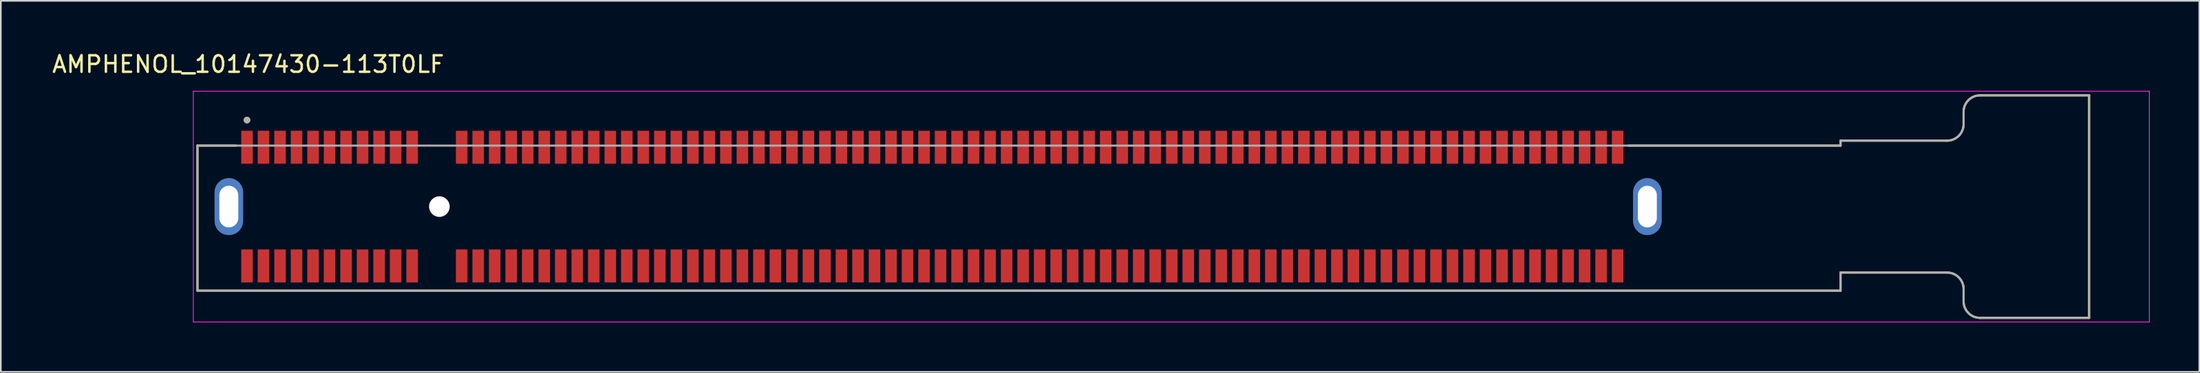
<source format=kicad_pcb>
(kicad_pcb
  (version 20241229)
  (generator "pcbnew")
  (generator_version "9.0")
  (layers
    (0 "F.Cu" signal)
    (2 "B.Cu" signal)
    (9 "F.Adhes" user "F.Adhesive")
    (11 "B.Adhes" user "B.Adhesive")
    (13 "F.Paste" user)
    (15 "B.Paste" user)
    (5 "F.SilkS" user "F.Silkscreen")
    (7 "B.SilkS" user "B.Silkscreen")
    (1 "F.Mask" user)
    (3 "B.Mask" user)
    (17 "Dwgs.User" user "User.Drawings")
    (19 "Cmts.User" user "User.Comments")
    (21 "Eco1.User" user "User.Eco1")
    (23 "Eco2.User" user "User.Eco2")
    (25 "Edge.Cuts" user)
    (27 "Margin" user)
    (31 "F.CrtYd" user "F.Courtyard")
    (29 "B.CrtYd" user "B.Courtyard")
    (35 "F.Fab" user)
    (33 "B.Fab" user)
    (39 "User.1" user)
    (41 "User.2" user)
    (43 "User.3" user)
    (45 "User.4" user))
  (footprint "AMPHENOL_10147430-113T0LF"
    (layer "F.Cu")
    (at 23.557 9.483)
    (property "Reference" "AMPHENOL_10147430-113T0LF" (at -11.575 -8.635 0) (layer "F.SilkS") (effects (font (size 1 1) (thickness 0.15))))
    (attr smd)
    (fp_line (start -14.65 -3.7) (end -14.65 5.1) (stroke (width 0.127) (type solid)) (layer "F.SilkS"))
    (fp_line (start -14.65 5.1) (end 84.85 5.1) (stroke (width 0.127) (type solid)) (layer "F.SilkS"))
    (fp_line (start -12.32 -3.7) (end -14.65 -3.7) (stroke (width 0.127) (type solid)) (layer "F.SilkS"))
    (fp_line (start 84.85 -4) (end 84.85 -3.7) (stroke (width 0.127) (type solid)) (layer "F.SilkS"))
    (fp_line (start 84.85 -3.7) (end 72.02 -3.7) (stroke (width 0.127) (type solid)) (layer "F.SilkS"))
    (fp_line (start 84.85 4) (end 91.3 4) (stroke (width 0.127) (type solid)) (layer "F.SilkS"))
    (fp_line (start 84.85 5.1) (end 84.85 4) (stroke (width 0.127) (type solid)) (layer "F.SilkS"))
    (fp_line (start 91.3 -4) (end 84.85 -4) (stroke (width 0.127) (type solid)) (layer "F.SilkS"))
    (fp_line (start 92.3 -5.75) (end 92.3 -5) (stroke (width 0.127) (type solid)) (layer "F.SilkS"))
    (fp_line (start 92.3 5.75) (end 92.3 5) (stroke (width 0.127) (type solid)) (layer "F.SilkS"))
    (fp_line (start 93.3 6.75) (end 99.9 6.75) (stroke (width 0.127) (type solid)) (layer "F.SilkS"))
    (fp_line (start 99.9 -6.75) (end 93.3 -6.75) (stroke (width 0.127) (type solid)) (layer "F.SilkS"))
    (fp_line (start 99.9 6.75) (end 99.9 -6.75) (stroke (width 0.127) (type solid)) (layer "F.SilkS"))
    (fp_arc (start 91.3 4) (mid 92.007107 4.292893) (end 92.3 5) (stroke (width 0.127) (type solid)) (layer "F.SilkS"))
    (fp_arc (start 92.3 -5.75) (mid 92.592893 -6.457107) (end 93.3 -6.75) (stroke (width 0.127) (type solid)) (layer "F.SilkS"))
    (fp_arc (start 92.3 -5) (mid 92.007107 -4.292893) (end 91.3 -4) (stroke (width 0.127) (type solid)) (layer "F.SilkS"))
    (fp_arc (start 93.3 6.75) (mid 92.592893 6.457107) (end 92.3 5.75) (stroke (width 0.127) (type solid)) (layer "F.SilkS"))
    (fp_circle (center -11.65 -5.25) (end -11.55 -5.25) (stroke (width 0.2) (type solid)) (fill no) (layer "F.SilkS"))
    (fp_line (start -14.9 -7) (end -14.9 7) (stroke (width 0.05) (type solid)) (layer "F.CrtYd"))
    (fp_line (start -14.9 7) (end 103.55 7) (stroke (width 0.05) (type solid)) (layer "F.CrtYd"))
    (fp_line (start 103.55 -7) (end -14.9 -7) (stroke (width 0.05) (type solid)) (layer "F.CrtYd"))
    (fp_line (start 103.55 7) (end 103.55 -7) (stroke (width 0.05) (type solid)) (layer "F.CrtYd"))
    (fp_line (start -14.65 -3.7) (end -14.65 5.1) (stroke (width 0.127) (type solid)) (layer "F.Fab"))
    (fp_line (start -14.65 5.1) (end 84.85 5.1) (stroke (width 0.127) (type solid)) (layer "F.Fab"))
    (fp_line (start 84.85 -4) (end 84.85 -3.7) (stroke (width 0.127) (type solid)) (layer "F.Fab"))
    (fp_line (start 84.85 -3.7) (end -14.65 -3.7) (stroke (width 0.127) (type solid)) (layer "F.Fab"))
    (fp_line (start 84.85 4) (end 91.3 4) (stroke (width 0.127) (type solid)) (layer "F.Fab"))
    (fp_line (start 84.85 5.1) (end 84.85 4) (stroke (width 0.127) (type solid)) (layer "F.Fab"))
    (fp_line (start 91.3 -4) (end 84.85 -4) (stroke (width 0.127) (type solid)) (layer "F.Fab"))
    (fp_line (start 92.3 -5.75) (end 92.3 -5) (stroke (width 0.127) (type solid)) (layer "F.Fab"))
    (fp_line (start 92.3 5.75) (end 92.3 5) (stroke (width 0.127) (type solid)) (layer "F.Fab"))
    (fp_line (start 93.3 6.75) (end 99.9 6.75) (stroke (width 0.127) (type solid)) (layer "F.Fab"))
    (fp_line (start 99.9 -6.75) (end 93.3 -6.75) (stroke (width 0.127) (type solid)) (layer "F.Fab"))
    (fp_line (start 99.9 6.75) (end 99.9 -6.75) (stroke (width 0.127) (type solid)) (layer "F.Fab"))
    (fp_arc (start 91.3 4) (mid 92.007107 4.292893) (end 92.3 5) (stroke (width 0.127) (type solid)) (layer "F.Fab"))
    (fp_arc (start 92.3 -5.75) (mid 92.592893 -6.457107) (end 93.3 -6.75) (stroke (width 0.127) (type solid)) (layer "F.Fab"))
    (fp_arc (start 92.3 -5) (mid 92.007107 -4.292893) (end 91.3 -4) (stroke (width 0.127) (type solid)) (layer "F.Fab"))
    (fp_arc (start 93.3 6.75) (mid 92.592893 6.457107) (end 92.3 5.75) (stroke (width 0.127) (type solid)) (layer "F.Fab"))
    (fp_circle (center -11.65 -5.25) (end -11.55 -5.25) (stroke (width 0.2) (type solid)) (fill no) (layer "F.Fab"))
    (pad "" np_thru_hole circle (at 0 0) (size 1.25 1.25) (drill 1.25) (layers "*.Cu" "*.Mask"))
    (pad "A1" smd rect (at -11.65 -3.6) (size 0.7 2) (layers "F.Cu" "F.Mask" "F.Paste"))
    (pad "A2" smd rect (at -10.65 -3.6) (size 0.7 2) (layers "F.Cu" "F.Mask" "F.Paste"))
    (pad "A3" smd rect (at -9.65 -3.6) (size 0.7 2) (layers "F.Cu" "F.Mask" "F.Paste"))
    (pad "A4" smd rect (at -8.65 -3.6) (size 0.7 2) (layers "F.Cu" "F.Mask" "F.Paste"))
    (pad "A5" smd rect (at -7.65 -3.6) (size 0.7 2) (layers "F.Cu" "F.Mask" "F.Paste"))
    (pad "A6" smd rect (at -6.65 -3.6) (size 0.7 2) (layers "F.Cu" "F.Mask" "F.Paste"))
    (pad "A7" smd rect (at -5.65 -3.6) (size 0.7 2) (layers "F.Cu" "F.Mask" "F.Paste"))
    (pad "A8" smd rect (at -4.65 -3.6) (size 0.7 2) (layers "F.Cu" "F.Mask" "F.Paste"))
    (pad "A9" smd rect (at -3.65 -3.6) (size 0.7 2) (layers "F.Cu" "F.Mask" "F.Paste"))
    (pad "A10" smd rect (at -2.65 -3.6) (size 0.7 2) (layers "F.Cu" "F.Mask" "F.Paste"))
    (pad "A11" smd rect (at -1.65 -3.6) (size 0.7 2) (layers "F.Cu" "F.Mask" "F.Paste"))
    (pad "A12" smd rect (at 1.35 -3.6) (size 0.7 2) (layers "F.Cu" "F.Mask" "F.Paste"))
    (pad "A13" smd rect (at 2.35 -3.6) (size 0.7 2) (layers "F.Cu" "F.Mask" "F.Paste"))
    (pad "A14" smd rect (at 3.35 -3.6) (size 0.7 2) (layers "F.Cu" "F.Mask" "F.Paste"))
    (pad "A15" smd rect (at 4.35 -3.6) (size 0.7 2) (layers "F.Cu" "F.Mask" "F.Paste"))
    (pad "A16" smd rect (at 5.35 -3.6) (size 0.7 2) (layers "F.Cu" "F.Mask" "F.Paste"))
    (pad "A17" smd rect (at 6.35 -3.6) (size 0.7 2) (layers "F.Cu" "F.Mask" "F.Paste"))
    (pad "A18" smd rect (at 7.35 -3.6) (size 0.7 2) (layers "F.Cu" "F.Mask" "F.Paste"))
    (pad "A19" smd rect (at 8.35 -3.6) (size 0.7 2) (layers "F.Cu" "F.Mask" "F.Paste"))
    (pad "A20" smd rect (at 9.35 -3.6) (size 0.7 2) (layers "F.Cu" "F.Mask" "F.Paste"))
    (pad "A21" smd rect (at 10.35 -3.6) (size 0.7 2) (layers "F.Cu" "F.Mask" "F.Paste"))
    (pad "A22" smd rect (at 11.35 -3.6) (size 0.7 2) (layers "F.Cu" "F.Mask" "F.Paste"))
    (pad "A23" smd rect (at 12.35 -3.6) (size 0.7 2) (layers "F.Cu" "F.Mask" "F.Paste"))
    (pad "A24" smd rect (at 13.35 -3.6) (size 0.7 2) (layers "F.Cu" "F.Mask" "F.Paste"))
    (pad "A25" smd rect (at 14.35 -3.6) (size 0.7 2) (layers "F.Cu" "F.Mask" "F.Paste"))
    (pad "A26" smd rect (at 15.35 -3.6) (size 0.7 2) (layers "F.Cu" "F.Mask" "F.Paste"))
    (pad "A27" smd rect (at 16.35 -3.6) (size 0.7 2) (layers "F.Cu" "F.Mask" "F.Paste"))
    (pad "A28" smd rect (at 17.35 -3.6) (size 0.7 2) (layers "F.Cu" "F.Mask" "F.Paste"))
    (pad "A29" smd rect (at 18.35 -3.6) (size 0.7 2) (layers "F.Cu" "F.Mask" "F.Paste"))
    (pad "A30" smd rect (at 19.35 -3.6) (size 0.7 2) (layers "F.Cu" "F.Mask" "F.Paste"))
    (pad "A31" smd rect (at 20.35 -3.6) (size 0.7 2) (layers "F.Cu" "F.Mask" "F.Paste"))
    (pad "A32" smd rect (at 21.35 -3.6) (size 0.7 2) (layers "F.Cu" "F.Mask" "F.Paste"))
    (pad "A33" smd rect (at 22.35 -3.6) (size 0.7 2) (layers "F.Cu" "F.Mask" "F.Paste"))
    (pad "A34" smd rect (at 23.35 -3.6) (size 0.7 2) (layers "F.Cu" "F.Mask" "F.Paste"))
    (pad "A35" smd rect (at 24.35 -3.6) (size 0.7 2) (layers "F.Cu" "F.Mask" "F.Paste"))
    (pad "A36" smd rect (at 25.35 -3.6) (size 0.7 2) (layers "F.Cu" "F.Mask" "F.Paste"))
    (pad "A37" smd rect (at 26.35 -3.6) (size 0.7 2) (layers "F.Cu" "F.Mask" "F.Paste"))
    (pad "A38" smd rect (at 27.35 -3.6) (size 0.7 2) (layers "F.Cu" "F.Mask" "F.Paste"))
    (pad "A39" smd rect (at 28.35 -3.6) (size 0.7 2) (layers "F.Cu" "F.Mask" "F.Paste"))
    (pad "A40" smd rect (at 29.35 -3.6) (size 0.7 2) (layers "F.Cu" "F.Mask" "F.Paste"))
    (pad "A41" smd rect (at 30.35 -3.6) (size 0.7 2) (layers "F.Cu" "F.Mask" "F.Paste"))
    (pad "A42" smd rect (at 31.35 -3.6) (size 0.7 2) (layers "F.Cu" "F.Mask" "F.Paste"))
    (pad "A43" smd rect (at 32.35 -3.6) (size 0.7 2) (layers "F.Cu" "F.Mask" "F.Paste"))
    (pad "A44" smd rect (at 33.35 -3.6) (size 0.7 2) (layers "F.Cu" "F.Mask" "F.Paste"))
    (pad "A45" smd rect (at 34.35 -3.6) (size 0.7 2) (layers "F.Cu" "F.Mask" "F.Paste"))
    (pad "A46" smd rect (at 35.35 -3.6) (size 0.7 2) (layers "F.Cu" "F.Mask" "F.Paste"))
    (pad "A47" smd rect (at 36.35 -3.6) (size 0.7 2) (layers "F.Cu" "F.Mask" "F.Paste"))
    (pad "A48" smd rect (at 37.35 -3.6) (size 0.7 2) (layers "F.Cu" "F.Mask" "F.Paste"))
    (pad "A49" smd rect (at 38.35 -3.6) (size 0.7 2) (layers "F.Cu" "F.Mask" "F.Paste"))
    (pad "A50" smd rect (at 39.35 -3.6) (size 0.7 2) (layers "F.Cu" "F.Mask" "F.Paste"))
    (pad "A51" smd rect (at 40.35 -3.6) (size 0.7 2) (layers "F.Cu" "F.Mask" "F.Paste"))
    (pad "A52" smd rect (at 41.35 -3.6) (size 0.7 2) (layers "F.Cu" "F.Mask" "F.Paste"))
    (pad "A53" smd rect (at 42.35 -3.6) (size 0.7 2) (layers "F.Cu" "F.Mask" "F.Paste"))
    (pad "A54" smd rect (at 43.35 -3.6) (size 0.7 2) (layers "F.Cu" "F.Mask" "F.Paste"))
    (pad "A55" smd rect (at 44.35 -3.6) (size 0.7 2) (layers "F.Cu" "F.Mask" "F.Paste"))
    (pad "A56" smd rect (at 45.35 -3.6) (size 0.7 2) (layers "F.Cu" "F.Mask" "F.Paste"))
    (pad "A57" smd rect (at 46.35 -3.6) (size 0.7 2) (layers "F.Cu" "F.Mask" "F.Paste"))
    (pad "A58" smd rect (at 47.35 -3.6) (size 0.7 2) (layers "F.Cu" "F.Mask" "F.Paste"))
    (pad "A59" smd rect (at 48.35 -3.6) (size 0.7 2) (layers "F.Cu" "F.Mask" "F.Paste"))
    (pad "A60" smd rect (at 49.35 -3.6) (size 0.7 2) (layers "F.Cu" "F.Mask" "F.Paste"))
    (pad "A61" smd rect (at 50.35 -3.6) (size 0.7 2) (layers "F.Cu" "F.Mask" "F.Paste"))
    (pad "A62" smd rect (at 51.35 -3.6) (size 0.7 2) (layers "F.Cu" "F.Mask" "F.Paste"))
    (pad "A63" smd rect (at 52.35 -3.6) (size 0.7 2) (layers "F.Cu" "F.Mask" "F.Paste"))
    (pad "A64" smd rect (at 53.35 -3.6) (size 0.7 2) (layers "F.Cu" "F.Mask" "F.Paste"))
    (pad "A65" smd rect (at 54.35 -3.6) (size 0.7 2) (layers "F.Cu" "F.Mask" "F.Paste"))
    (pad "A66" smd rect (at 55.35 -3.6) (size 0.7 2) (layers "F.Cu" "F.Mask" "F.Paste"))
    (pad "A67" smd rect (at 56.35 -3.6) (size 0.7 2) (layers "F.Cu" "F.Mask" "F.Paste"))
    (pad "A68" smd rect (at 57.35 -3.6) (size 0.7 2) (layers "F.Cu" "F.Mask" "F.Paste"))
    (pad "A69" smd rect (at 58.35 -3.6) (size 0.7 2) (layers "F.Cu" "F.Mask" "F.Paste"))
    (pad "A70" smd rect (at 59.35 -3.6) (size 0.7 2) (layers "F.Cu" "F.Mask" "F.Paste"))
    (pad "A71" smd rect (at 60.35 -3.6) (size 0.7 2) (layers "F.Cu" "F.Mask" "F.Paste"))
    (pad "A72" smd rect (at 61.35 -3.6) (size 0.7 2) (layers "F.Cu" "F.Mask" "F.Paste"))
    (pad "A73" smd rect (at 62.35 -3.6) (size 0.7 2) (layers "F.Cu" "F.Mask" "F.Paste"))
    (pad "A74" smd rect (at 63.35 -3.6) (size 0.7 2) (layers "F.Cu" "F.Mask" "F.Paste"))
    (pad "A75" smd rect (at 64.35 -3.6) (size 0.7 2) (layers "F.Cu" "F.Mask" "F.Paste"))
    (pad "A76" smd rect (at 65.35 -3.6) (size 0.7 2) (layers "F.Cu" "F.Mask" "F.Paste"))
    (pad "A77" smd rect (at 66.35 -3.6) (size 0.7 2) (layers "F.Cu" "F.Mask" "F.Paste"))
    (pad "A78" smd rect (at 67.35 -3.6) (size 0.7 2) (layers "F.Cu" "F.Mask" "F.Paste"))
    (pad "A79" smd rect (at 68.35 -3.6) (size 0.7 2) (layers "F.Cu" "F.Mask" "F.Paste"))
    (pad "A80" smd rect (at 69.35 -3.6) (size 0.7 2) (layers "F.Cu" "F.Mask" "F.Paste"))
    (pad "A81" smd rect (at 70.35 -3.6) (size 0.7 2) (layers "F.Cu" "F.Mask" "F.Paste"))
    (pad "A82" smd rect (at 71.35 -3.6) (size 0.7 2) (layers "F.Cu" "F.Mask" "F.Paste"))
    (pad "B1" smd rect (at -11.65 3.6) (size 0.7 2) (layers "F.Cu" "F.Mask" "F.Paste"))
    (pad "B2" smd rect (at -10.65 3.6) (size 0.7 2) (layers "F.Cu" "F.Mask" "F.Paste"))
    (pad "B3" smd rect (at -9.65 3.6) (size 0.7 2) (layers "F.Cu" "F.Mask" "F.Paste"))
    (pad "B4" smd rect (at -8.65 3.6) (size 0.7 2) (layers "F.Cu" "F.Mask" "F.Paste"))
    (pad "B5" smd rect (at -7.65 3.6) (size 0.7 2) (layers "F.Cu" "F.Mask" "F.Paste"))
    (pad "B6" smd rect (at -6.65 3.6) (size 0.7 2) (layers "F.Cu" "F.Mask" "F.Paste"))
    (pad "B7" smd rect (at -5.65 3.6) (size 0.7 2) (layers "F.Cu" "F.Mask" "F.Paste"))
    (pad "B8" smd rect (at -4.65 3.6) (size 0.7 2) (layers "F.Cu" "F.Mask" "F.Paste"))
    (pad "B9" smd rect (at -3.65 3.6) (size 0.7 2) (layers "F.Cu" "F.Mask" "F.Paste"))
    (pad "B10" smd rect (at -2.65 3.6) (size 0.7 2) (layers "F.Cu" "F.Mask" "F.Paste"))
    (pad "B11" smd rect (at -1.65 3.6) (size 0.7 2) (layers "F.Cu" "F.Mask" "F.Paste"))
    (pad "B12" smd rect (at 1.35 3.6) (size 0.7 2) (layers "F.Cu" "F.Mask" "F.Paste"))
    (pad "B13" smd rect (at 2.35 3.6) (size 0.7 2) (layers "F.Cu" "F.Mask" "F.Paste"))
    (pad "B14" smd rect (at 3.35 3.6) (size 0.7 2) (layers "F.Cu" "F.Mask" "F.Paste"))
    (pad "B15" smd rect (at 4.35 3.6) (size 0.7 2) (layers "F.Cu" "F.Mask" "F.Paste"))
    (pad "B16" smd rect (at 5.35 3.6) (size 0.7 2) (layers "F.Cu" "F.Mask" "F.Paste"))
    (pad "B17" smd rect (at 6.35 3.6) (size 0.7 2) (layers "F.Cu" "F.Mask" "F.Paste"))
    (pad "B18" smd rect (at 7.35 3.6) (size 0.7 2) (layers "F.Cu" "F.Mask" "F.Paste"))
    (pad "B19" smd rect (at 8.35 3.6) (size 0.7 2) (layers "F.Cu" "F.Mask" "F.Paste"))
    (pad "B20" smd rect (at 9.35 3.6) (size 0.7 2) (layers "F.Cu" "F.Mask" "F.Paste"))
    (pad "B21" smd rect (at 10.35 3.6) (size 0.7 2) (layers "F.Cu" "F.Mask" "F.Paste"))
    (pad "B22" smd rect (at 11.35 3.6) (size 0.7 2) (layers "F.Cu" "F.Mask" "F.Paste"))
    (pad "B23" smd rect (at 12.35 3.6) (size 0.7 2) (layers "F.Cu" "F.Mask" "F.Paste"))
    (pad "B24" smd rect (at 13.35 3.6) (size 0.7 2) (layers "F.Cu" "F.Mask" "F.Paste"))
    (pad "B25" smd rect (at 14.35 3.6) (size 0.7 2) (layers "F.Cu" "F.Mask" "F.Paste"))
    (pad "B26" smd rect (at 15.35 3.6) (size 0.7 2) (layers "F.Cu" "F.Mask" "F.Paste"))
    (pad "B27" smd rect (at 16.35 3.6) (size 0.7 2) (layers "F.Cu" "F.Mask" "F.Paste"))
    (pad "B28" smd rect (at 17.35 3.6) (size 0.7 2) (layers "F.Cu" "F.Mask" "F.Paste"))
    (pad "B29" smd rect (at 18.35 3.6) (size 0.7 2) (layers "F.Cu" "F.Mask" "F.Paste"))
    (pad "B30" smd rect (at 19.35 3.6) (size 0.7 2) (layers "F.Cu" "F.Mask" "F.Paste"))
    (pad "B31" smd rect (at 20.35 3.6) (size 0.7 2) (layers "F.Cu" "F.Mask" "F.Paste"))
    (pad "B32" smd rect (at 21.35 3.6) (size 0.7 2) (layers "F.Cu" "F.Mask" "F.Paste"))
    (pad "B33" smd rect (at 22.35 3.6) (size 0.7 2) (layers "F.Cu" "F.Mask" "F.Paste"))
    (pad "B34" smd rect (at 23.35 3.6) (size 0.7 2) (layers "F.Cu" "F.Mask" "F.Paste"))
    (pad "B35" smd rect (at 24.35 3.6) (size 0.7 2) (layers "F.Cu" "F.Mask" "F.Paste"))
    (pad "B36" smd rect (at 25.35 3.6) (size 0.7 2) (layers "F.Cu" "F.Mask" "F.Paste"))
    (pad "B37" smd rect (at 26.35 3.6) (size 0.7 2) (layers "F.Cu" "F.Mask" "F.Paste"))
    (pad "B38" smd rect (at 27.35 3.6) (size 0.7 2) (layers "F.Cu" "F.Mask" "F.Paste"))
    (pad "B39" smd rect (at 28.35 3.6) (size 0.7 2) (layers "F.Cu" "F.Mask" "F.Paste"))
    (pad "B40" smd rect (at 29.35 3.6) (size 0.7 2) (layers "F.Cu" "F.Mask" "F.Paste"))
    (pad "B41" smd rect (at 30.35 3.6) (size 0.7 2) (layers "F.Cu" "F.Mask" "F.Paste"))
    (pad "B42" smd rect (at 31.35 3.6) (size 0.7 2) (layers "F.Cu" "F.Mask" "F.Paste"))
    (pad "B43" smd rect (at 32.35 3.6) (size 0.7 2) (layers "F.Cu" "F.Mask" "F.Paste"))
    (pad "B44" smd rect (at 33.35 3.6) (size 0.7 2) (layers "F.Cu" "F.Mask" "F.Paste"))
    (pad "B45" smd rect (at 34.35 3.6) (size 0.7 2) (layers "F.Cu" "F.Mask" "F.Paste"))
    (pad "B46" smd rect (at 35.35 3.6) (size 0.7 2) (layers "F.Cu" "F.Mask" "F.Paste"))
    (pad "B47" smd rect (at 36.35 3.6) (size 0.7 2) (layers "F.Cu" "F.Mask" "F.Paste"))
    (pad "B48" smd rect (at 37.35 3.6) (size 0.7 2) (layers "F.Cu" "F.Mask" "F.Paste"))
    (pad "B49" smd rect (at 38.35 3.6) (size 0.7 2) (layers "F.Cu" "F.Mask" "F.Paste"))
    (pad "B50" smd rect (at 39.35 3.6) (size 0.7 2) (layers "F.Cu" "F.Mask" "F.Paste"))
    (pad "B51" smd rect (at 40.35 3.6) (size 0.7 2) (layers "F.Cu" "F.Mask" "F.Paste"))
    (pad "B52" smd rect (at 41.35 3.6) (size 0.7 2) (layers "F.Cu" "F.Mask" "F.Paste"))
    (pad "B53" smd rect (at 42.35 3.6) (size 0.7 2) (layers "F.Cu" "F.Mask" "F.Paste"))
    (pad "B54" smd rect (at 43.35 3.6) (size 0.7 2) (layers "F.Cu" "F.Mask" "F.Paste"))
    (pad "B55" smd rect (at 44.35 3.6) (size 0.7 2) (layers "F.Cu" "F.Mask" "F.Paste"))
    (pad "B56" smd rect (at 45.35 3.6) (size 0.7 2) (layers "F.Cu" "F.Mask" "F.Paste"))
    (pad "B57" smd rect (at 46.35 3.6) (size 0.7 2) (layers "F.Cu" "F.Mask" "F.Paste"))
    (pad "B58" smd rect (at 47.35 3.6) (size 0.7 2) (layers "F.Cu" "F.Mask" "F.Paste"))
    (pad "B59" smd rect (at 48.35 3.6) (size 0.7 2) (layers "F.Cu" "F.Mask" "F.Paste"))
    (pad "B60" smd rect (at 49.35 3.6) (size 0.7 2) (layers "F.Cu" "F.Mask" "F.Paste"))
    (pad "B61" smd rect (at 50.35 3.6) (size 0.7 2) (layers "F.Cu" "F.Mask" "F.Paste"))
    (pad "B62" smd rect (at 51.35 3.6) (size 0.7 2) (layers "F.Cu" "F.Mask" "F.Paste"))
    (pad "B63" smd rect (at 52.35 3.6) (size 0.7 2) (layers "F.Cu" "F.Mask" "F.Paste"))
    (pad "B64" smd rect (at 53.35 3.6) (size 0.7 2) (layers "F.Cu" "F.Mask" "F.Paste"))
    (pad "B65" smd rect (at 54.35 3.6) (size 0.7 2) (layers "F.Cu" "F.Mask" "F.Paste"))
    (pad "B66" smd rect (at 55.35 3.6) (size 0.7 2) (layers "F.Cu" "F.Mask" "F.Paste"))
    (pad "B67" smd rect (at 56.35 3.6) (size 0.7 2) (layers "F.Cu" "F.Mask" "F.Paste"))
    (pad "B68" smd rect (at 57.35 3.6) (size 0.7 2) (layers "F.Cu" "F.Mask" "F.Paste"))
    (pad "B69" smd rect (at 58.35 3.6) (size 0.7 2) (layers "F.Cu" "F.Mask" "F.Paste"))
    (pad "B70" smd rect (at 59.35 3.6) (size 0.7 2) (layers "F.Cu" "F.Mask" "F.Paste"))
    (pad "B71" smd rect (at 60.35 3.6) (size 0.7 2) (layers "F.Cu" "F.Mask" "F.Paste"))
    (pad "B72" smd rect (at 61.35 3.6) (size 0.7 2) (layers "F.Cu" "F.Mask" "F.Paste"))
    (pad "B73" smd rect (at 62.35 3.6) (size 0.7 2) (layers "F.Cu" "F.Mask" "F.Paste"))
    (pad "B74" smd rect (at 63.35 3.6) (size 0.7 2) (layers "F.Cu" "F.Mask" "F.Paste"))
    (pad "B75" smd rect (at 64.35 3.6) (size 0.7 2) (layers "F.Cu" "F.Mask" "F.Paste"))
    (pad "B76" smd rect (at 65.35 3.6) (size 0.7 2) (layers "F.Cu" "F.Mask" "F.Paste"))
    (pad "B77" smd rect (at 66.35 3.6) (size 0.7 2) (layers "F.Cu" "F.Mask" "F.Paste"))
    (pad "B78" smd rect (at 67.35 3.6) (size 0.7 2) (layers "F.Cu" "F.Mask" "F.Paste"))
    (pad "B79" smd rect (at 68.35 3.6) (size 0.7 2) (layers "F.Cu" "F.Mask" "F.Paste"))
    (pad "B80" smd rect (at 69.35 3.6) (size 0.7 2) (layers "F.Cu" "F.Mask" "F.Paste"))
    (pad "B81" smd rect (at 70.35 3.6) (size 0.7 2) (layers "F.Cu" "F.Mask" "F.Paste"))
    (pad "B82" smd rect (at 71.35 3.6) (size 0.7 2) (layers "F.Cu" "F.Mask" "F.Paste"))
    (pad "SH1" thru_hole oval (at -12.75 0) (size 1.725 3.45) (drill oval 1.15 2.525) (layers "*.Cu" "*.Mask"))
    (pad "SH2" thru_hole oval (at 73.15 0) (size 1.725 3.45) (drill oval 1.15 2.525) (layers "*.Cu" "*.Mask")))
  (gr_rect
    (start -3 -3)
    (end 130.132 19.508)
    (stroke (width 0.1) (type default))
    (fill no)
    (layer "Edge.Cuts")))
</source>
